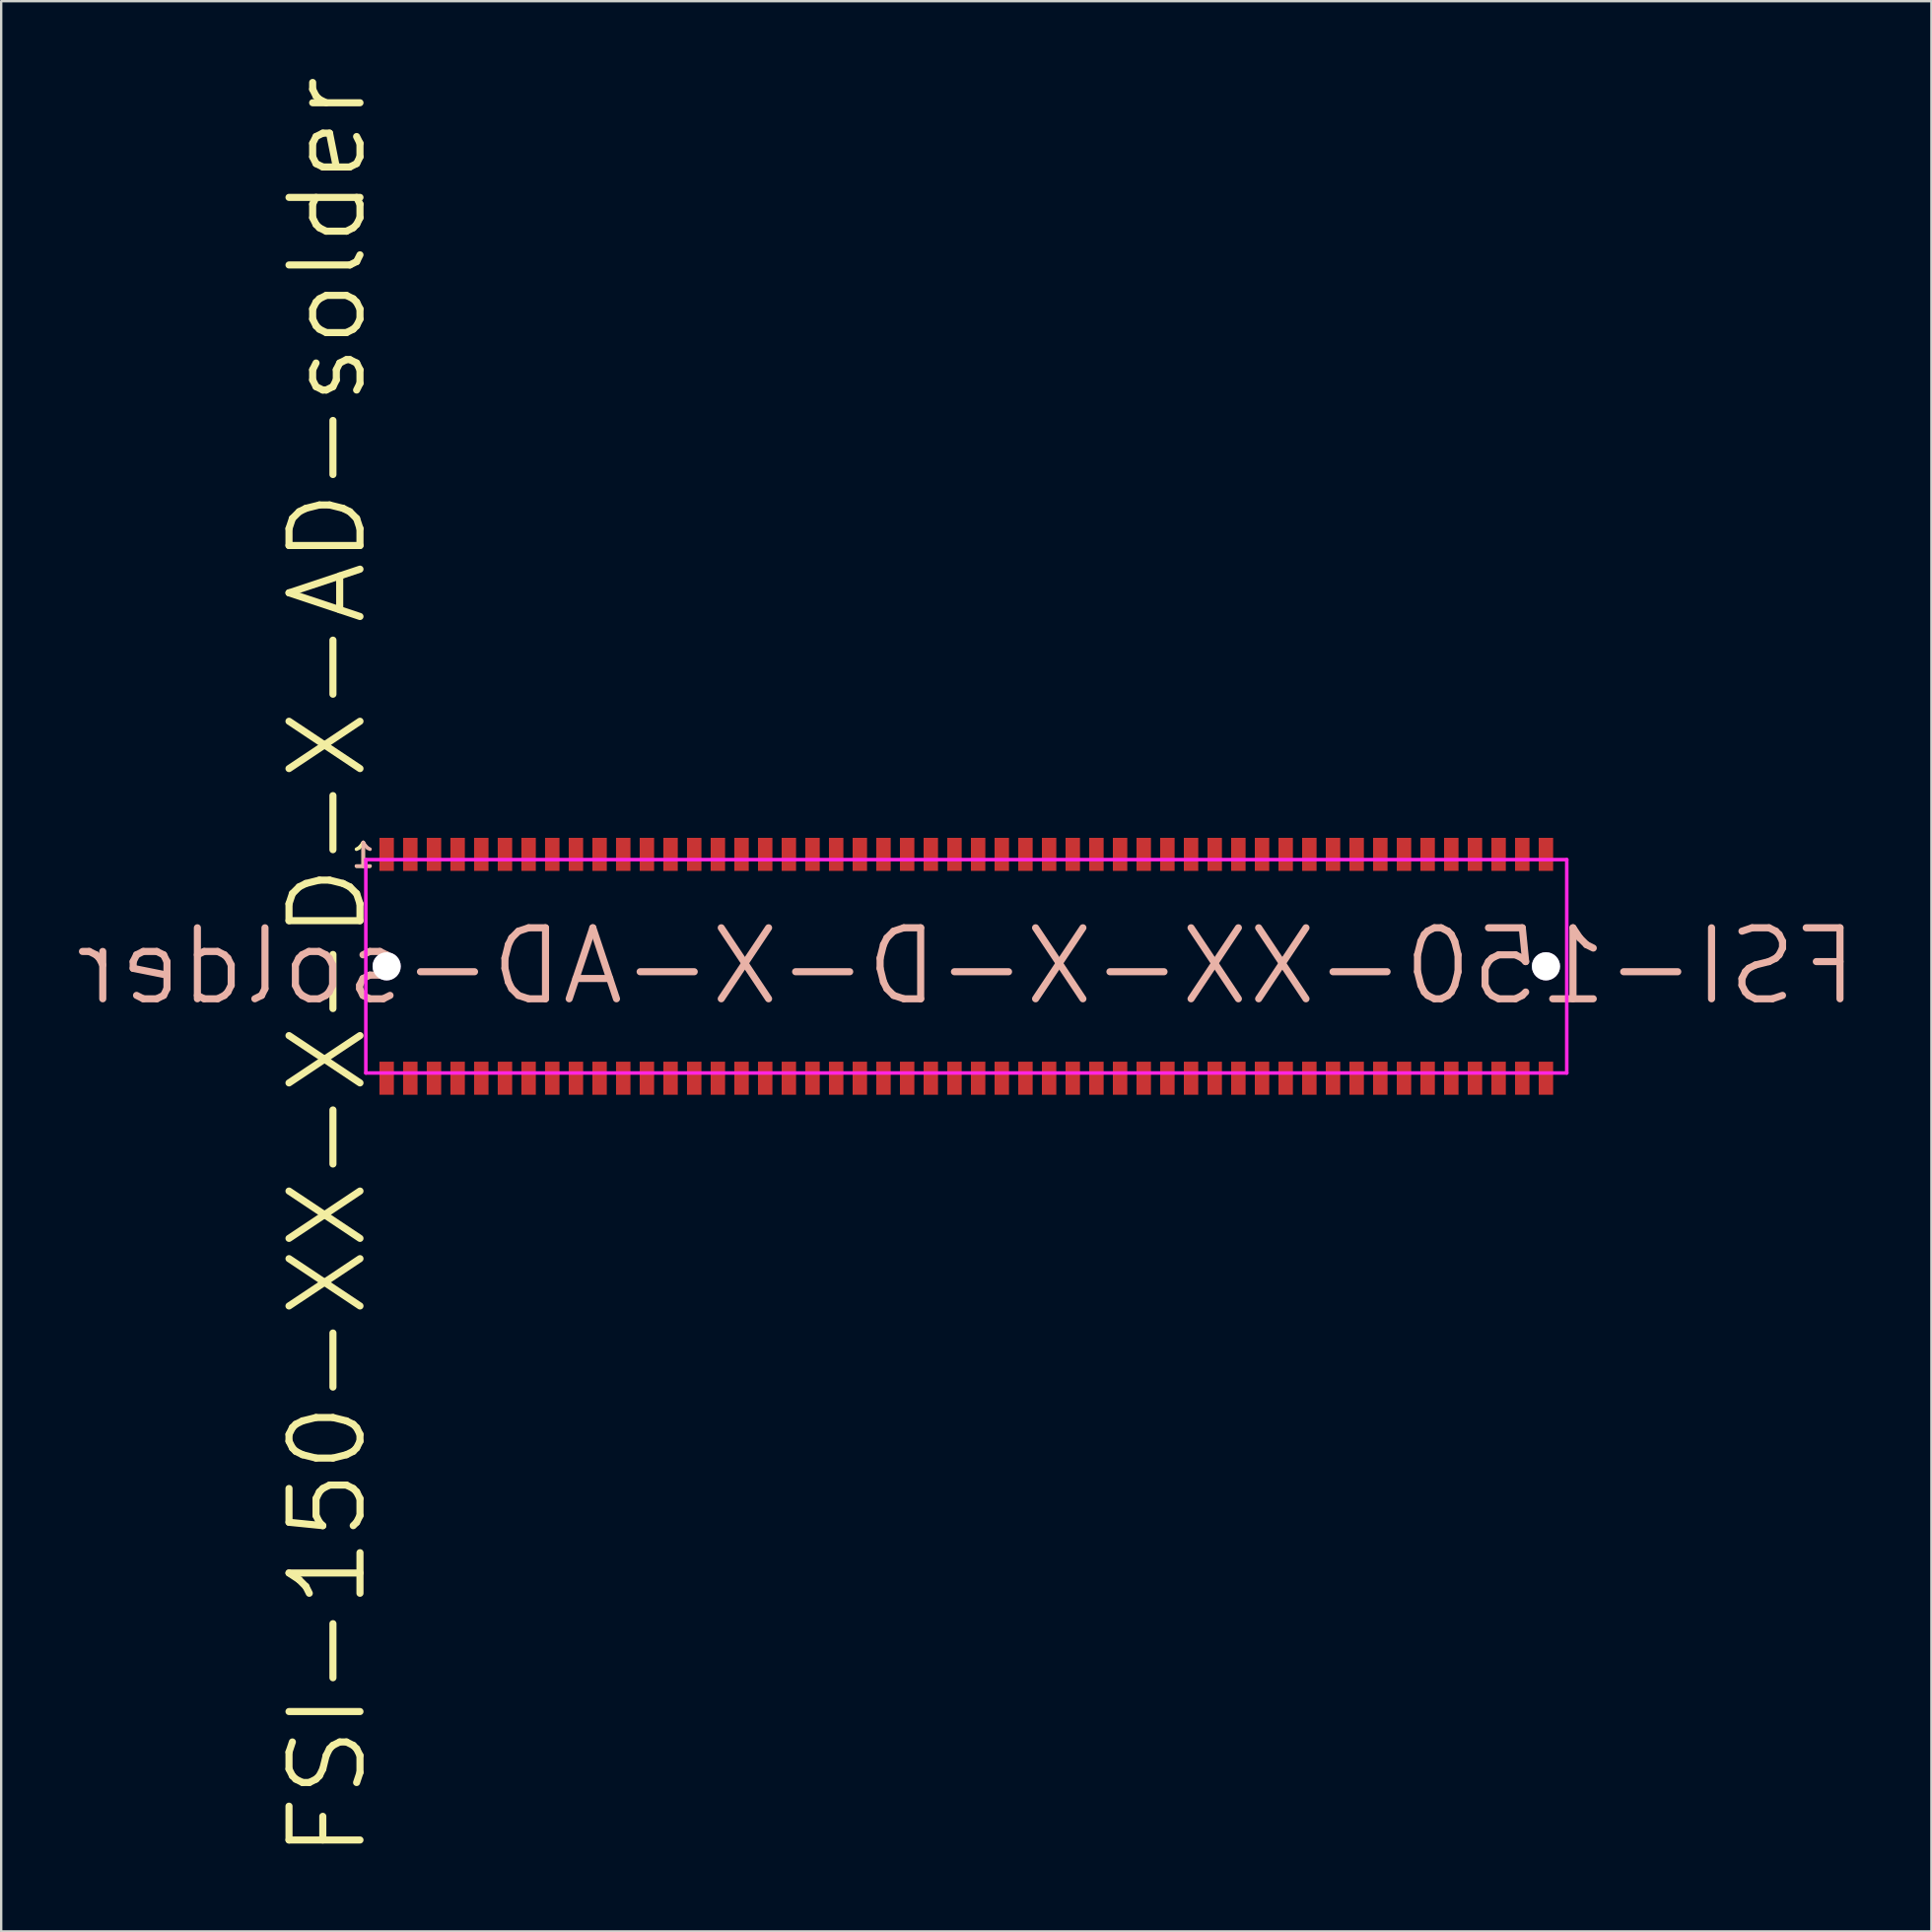
<source format=kicad_pcb>
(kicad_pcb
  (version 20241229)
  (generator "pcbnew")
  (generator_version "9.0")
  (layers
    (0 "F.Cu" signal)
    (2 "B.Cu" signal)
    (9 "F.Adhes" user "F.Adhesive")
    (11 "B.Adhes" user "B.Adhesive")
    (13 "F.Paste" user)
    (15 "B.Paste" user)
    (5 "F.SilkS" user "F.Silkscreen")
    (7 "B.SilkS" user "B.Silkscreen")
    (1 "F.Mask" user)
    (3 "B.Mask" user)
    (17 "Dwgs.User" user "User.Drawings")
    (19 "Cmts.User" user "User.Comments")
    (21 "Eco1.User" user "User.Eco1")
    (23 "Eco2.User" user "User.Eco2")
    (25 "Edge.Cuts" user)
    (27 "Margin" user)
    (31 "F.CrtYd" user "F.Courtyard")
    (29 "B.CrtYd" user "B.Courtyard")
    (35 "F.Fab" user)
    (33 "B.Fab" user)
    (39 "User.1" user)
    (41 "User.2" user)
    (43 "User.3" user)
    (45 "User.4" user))
  (footprint "FSI-150-XX-X-D-X-AD-solder"
    (layer "F.Cu")
    (at 37.793 37.793)
    (property "Reference" "FSI-150-XX-X-D-X-AD-solder" (at -27 0 90) (layer "F.SilkS") (effects (font (size 3 3) (thickness 0.3))))
    (attr smd)
    (fp_line (start -25.38 -4.51) (end 25.38 -4.51) (stroke (width 0.15) (type solid)) (layer "F.CrtYd"))
    (fp_line (start -25.38 4.51) (end -25.38 -4.51) (stroke (width 0.15) (type solid)) (layer "F.CrtYd"))
    (fp_line (start 25.38 -4.51) (end 25.38 4.51) (stroke (width 0.15) (type solid)) (layer "F.CrtYd"))
    (fp_line (start 25.38 4.51) (end -25.38 4.51) (stroke (width 0.15) (type solid)) (layer "F.CrtYd"))
    (fp_text user "1" (at -25.49 -4.69 0) (layer "F.SilkS") (effects (font (size 1 1) (thickness 0.15))))
    (fp_text user "1" (at -25.49 -4.69 0) (layer "B.SilkS") (effects (font (size 1 1) (thickness 0.15)) (justify mirror)))
    (fp_text user "${REFERENCE}" (at 0 0 0) (layer "B.SilkS") (effects (font (size 3 3) (thickness 0.3)) (justify mirror)))
    (pad "" np_thru_hole circle (at -24.5 0) (size 1.191 1.191) (drill 1.19) (layers "*.Cu" "*.Mask"))
    (pad "" np_thru_hole circle (at 24.5 0) (size 1.191 1.191) (drill 1.19) (layers "*.Cu" "*.Mask"))
    (pad "1" smd rect (at -24.5 -4.731) (size 0.61 1.397) (layers "F.Cu" "F.Mask" "F.Paste"))
    (pad "2" smd rect (at -24.5 4.731) (size 0.61 1.397) (layers "F.Cu" "F.Mask" "F.Paste"))
    (pad "3" smd rect (at -23.5 -4.731) (size 0.61 1.397) (layers "F.Cu" "F.Mask" "F.Paste"))
    (pad "4" smd rect (at -23.5 4.731) (size 0.61 1.397) (layers "F.Cu" "F.Mask" "F.Paste"))
    (pad "5" smd rect (at -22.5 -4.731) (size 0.61 1.397) (layers "F.Cu" "F.Mask" "F.Paste"))
    (pad "6" smd rect (at -22.5 4.731) (size 0.61 1.397) (layers "F.Cu" "F.Mask" "F.Paste"))
    (pad "7" smd rect (at -21.5 -4.731) (size 0.61 1.397) (layers "F.Cu" "F.Mask" "F.Paste"))
    (pad "8" smd rect (at -21.5 4.731) (size 0.61 1.397) (layers "F.Cu" "F.Mask" "F.Paste"))
    (pad "9" smd rect (at -20.5 -4.731) (size 0.61 1.397) (layers "F.Cu" "F.Mask" "F.Paste"))
    (pad "10" smd rect (at -20.5 4.731) (size 0.61 1.397) (layers "F.Cu" "F.Mask" "F.Paste"))
    (pad "11" smd rect (at -19.5 -4.731) (size 0.61 1.397) (layers "F.Cu" "F.Mask" "F.Paste"))
    (pad "12" smd rect (at -19.5 4.731) (size 0.61 1.397) (layers "F.Cu" "F.Mask" "F.Paste"))
    (pad "13" smd rect (at -18.5 -4.731) (size 0.61 1.397) (layers "F.Cu" "F.Mask" "F.Paste"))
    (pad "14" smd rect (at -18.5 4.731) (size 0.61 1.397) (layers "F.Cu" "F.Mask" "F.Paste"))
    (pad "15" smd rect (at -17.5 -4.731) (size 0.61 1.397) (layers "F.Cu" "F.Mask" "F.Paste"))
    (pad "16" smd rect (at -17.5 4.731) (size 0.61 1.397) (layers "F.Cu" "F.Mask" "F.Paste"))
    (pad "17" smd rect (at -16.5 -4.731) (size 0.61 1.397) (layers "F.Cu" "F.Mask" "F.Paste"))
    (pad "18" smd rect (at -16.5 4.731) (size 0.61 1.397) (layers "F.Cu" "F.Mask" "F.Paste"))
    (pad "19" smd rect (at -15.5 -4.731) (size 0.61 1.397) (layers "F.Cu" "F.Mask" "F.Paste"))
    (pad "20" smd rect (at -15.5 4.731) (size 0.61 1.397) (layers "F.Cu" "F.Mask" "F.Paste"))
    (pad "21" smd rect (at -14.5 -4.731) (size 0.61 1.397) (layers "F.Cu" "F.Mask" "F.Paste"))
    (pad "22" smd rect (at -14.5 4.731) (size 0.61 1.397) (layers "F.Cu" "F.Mask" "F.Paste"))
    (pad "23" smd rect (at -13.5 -4.731) (size 0.61 1.397) (layers "F.Cu" "F.Mask" "F.Paste"))
    (pad "24" smd rect (at -13.5 4.731) (size 0.61 1.397) (layers "F.Cu" "F.Mask" "F.Paste"))
    (pad "25" smd rect (at -12.5 -4.731) (size 0.61 1.397) (layers "F.Cu" "F.Mask" "F.Paste"))
    (pad "26" smd rect (at -12.5 4.731) (size 0.61 1.397) (layers "F.Cu" "F.Mask" "F.Paste"))
    (pad "27" smd rect (at -11.5 -4.731) (size 0.61 1.397) (layers "F.Cu" "F.Mask" "F.Paste"))
    (pad "28" smd rect (at -11.5 4.731) (size 0.61 1.397) (layers "F.Cu" "F.Mask" "F.Paste"))
    (pad "29" smd rect (at -10.5 -4.731) (size 0.61 1.397) (layers "F.Cu" "F.Mask" "F.Paste"))
    (pad "30" smd rect (at -10.5 4.731) (size 0.61 1.397) (layers "F.Cu" "F.Mask" "F.Paste"))
    (pad "31" smd rect (at -9.5 -4.731) (size 0.61 1.397) (layers "F.Cu" "F.Mask" "F.Paste"))
    (pad "32" smd rect (at -9.5 4.731) (size 0.61 1.397) (layers "F.Cu" "F.Mask" "F.Paste"))
    (pad "33" smd rect (at -8.5 -4.731) (size 0.61 1.397) (layers "F.Cu" "F.Mask" "F.Paste"))
    (pad "34" smd rect (at -8.5 4.731) (size 0.61 1.397) (layers "F.Cu" "F.Mask" "F.Paste"))
    (pad "35" smd rect (at -7.5 -4.731) (size 0.61 1.397) (layers "F.Cu" "F.Mask" "F.Paste"))
    (pad "36" smd rect (at -7.5 4.731) (size 0.61 1.397) (layers "F.Cu" "F.Mask" "F.Paste"))
    (pad "37" smd rect (at -6.5 -4.731) (size 0.61 1.397) (layers "F.Cu" "F.Mask" "F.Paste"))
    (pad "38" smd rect (at -6.5 4.731) (size 0.61 1.397) (layers "F.Cu" "F.Mask" "F.Paste"))
    (pad "39" smd rect (at -5.5 -4.731) (size 0.61 1.397) (layers "F.Cu" "F.Mask" "F.Paste"))
    (pad "40" smd rect (at -5.5 4.731) (size 0.61 1.397) (layers "F.Cu" "F.Mask" "F.Paste"))
    (pad "41" smd rect (at -4.5 -4.731) (size 0.61 1.397) (layers "F.Cu" "F.Mask" "F.Paste"))
    (pad "42" smd rect (at -4.5 4.731) (size 0.61 1.397) (layers "F.Cu" "F.Mask" "F.Paste"))
    (pad "43" smd rect (at -3.5 -4.731) (size 0.61 1.397) (layers "F.Cu" "F.Mask" "F.Paste"))
    (pad "44" smd rect (at -3.5 4.731) (size 0.61 1.397) (layers "F.Cu" "F.Mask" "F.Paste"))
    (pad "45" smd rect (at -2.5 -4.731) (size 0.61 1.397) (layers "F.Cu" "F.Mask" "F.Paste"))
    (pad "46" smd rect (at -2.5 4.731) (size 0.61 1.397) (layers "F.Cu" "F.Mask" "F.Paste"))
    (pad "47" smd rect (at -1.5 -4.731) (size 0.61 1.397) (layers "F.Cu" "F.Mask" "F.Paste"))
    (pad "48" smd rect (at -1.5 4.731) (size 0.61 1.397) (layers "F.Cu" "F.Mask" "F.Paste"))
    (pad "49" smd rect (at -0.5 -4.731) (size 0.61 1.397) (layers "F.Cu" "F.Mask" "F.Paste"))
    (pad "50" smd rect (at -0.5 4.731) (size 0.61 1.397) (layers "F.Cu" "F.Mask" "F.Paste"))
    (pad "51" smd rect (at 0.5 -4.731) (size 0.61 1.397) (layers "F.Cu" "F.Mask" "F.Paste"))
    (pad "52" smd rect (at 0.5 4.731) (size 0.61 1.397) (layers "F.Cu" "F.Mask" "F.Paste"))
    (pad "53" smd rect (at 1.5 -4.731) (size 0.61 1.397) (layers "F.Cu" "F.Mask" "F.Paste"))
    (pad "54" smd rect (at 1.5 4.731) (size 0.61 1.397) (layers "F.Cu" "F.Mask" "F.Paste"))
    (pad "55" smd rect (at 2.5 -4.731) (size 0.61 1.397) (layers "F.Cu" "F.Mask" "F.Paste"))
    (pad "56" smd rect (at 2.5 4.731) (size 0.61 1.397) (layers "F.Cu" "F.Mask" "F.Paste"))
    (pad "57" smd rect (at 3.5 -4.731) (size 0.61 1.397) (layers "F.Cu" "F.Mask" "F.Paste"))
    (pad "58" smd rect (at 3.5 4.731) (size 0.61 1.397) (layers "F.Cu" "F.Mask" "F.Paste"))
    (pad "59" smd rect (at 4.5 -4.731) (size 0.61 1.397) (layers "F.Cu" "F.Mask" "F.Paste"))
    (pad "60" smd rect (at 4.5 4.731) (size 0.61 1.397) (layers "F.Cu" "F.Mask" "F.Paste"))
    (pad "61" smd rect (at 5.5 -4.731) (size 0.61 1.397) (layers "F.Cu" "F.Mask" "F.Paste"))
    (pad "62" smd rect (at 5.5 4.731) (size 0.61 1.397) (layers "F.Cu" "F.Mask" "F.Paste"))
    (pad "63" smd rect (at 6.5 -4.731) (size 0.61 1.397) (layers "F.Cu" "F.Mask" "F.Paste"))
    (pad "64" smd rect (at 6.5 4.731) (size 0.61 1.397) (layers "F.Cu" "F.Mask" "F.Paste"))
    (pad "65" smd rect (at 7.5 -4.731) (size 0.61 1.397) (layers "F.Cu" "F.Mask" "F.Paste"))
    (pad "66" smd rect (at 7.5 4.731) (size 0.61 1.397) (layers "F.Cu" "F.Mask" "F.Paste"))
    (pad "67" smd rect (at 8.5 -4.731) (size 0.61 1.397) (layers "F.Cu" "F.Mask" "F.Paste"))
    (pad "68" smd rect (at 8.5 4.731) (size 0.61 1.397) (layers "F.Cu" "F.Mask" "F.Paste"))
    (pad "69" smd rect (at 9.5 -4.731) (size 0.61 1.397) (layers "F.Cu" "F.Mask" "F.Paste"))
    (pad "70" smd rect (at 9.5 4.731) (size 0.61 1.397) (layers "F.Cu" "F.Mask" "F.Paste"))
    (pad "71" smd rect (at 10.5 -4.731) (size 0.61 1.397) (layers "F.Cu" "F.Mask" "F.Paste"))
    (pad "72" smd rect (at 10.5 4.731) (size 0.61 1.397) (layers "F.Cu" "F.Mask" "F.Paste"))
    (pad "73" smd rect (at 11.5 -4.731) (size 0.61 1.397) (layers "F.Cu" "F.Mask" "F.Paste"))
    (pad "74" smd rect (at 11.5 4.731) (size 0.61 1.397) (layers "F.Cu" "F.Mask" "F.Paste"))
    (pad "75" smd rect (at 12.5 -4.731) (size 0.61 1.397) (layers "F.Cu" "F.Mask" "F.Paste"))
    (pad "76" smd rect (at 12.5 4.731) (size 0.61 1.397) (layers "F.Cu" "F.Mask" "F.Paste"))
    (pad "77" smd rect (at 13.5 -4.731) (size 0.61 1.397) (layers "F.Cu" "F.Mask" "F.Paste"))
    (pad "78" smd rect (at 13.5 4.731) (size 0.61 1.397) (layers "F.Cu" "F.Mask" "F.Paste"))
    (pad "79" smd rect (at 14.5 -4.731) (size 0.61 1.397) (layers "F.Cu" "F.Mask" "F.Paste"))
    (pad "80" smd rect (at 14.5 4.731) (size 0.61 1.397) (layers "F.Cu" "F.Mask" "F.Paste"))
    (pad "81" smd rect (at 15.5 -4.731) (size 0.61 1.397) (layers "F.Cu" "F.Mask" "F.Paste"))
    (pad "82" smd rect (at 15.5 4.731) (size 0.61 1.397) (layers "F.Cu" "F.Mask" "F.Paste"))
    (pad "83" smd rect (at 16.5 -4.731) (size 0.61 1.397) (layers "F.Cu" "F.Mask" "F.Paste"))
    (pad "84" smd rect (at 16.5 4.731) (size 0.61 1.397) (layers "F.Cu" "F.Mask" "F.Paste"))
    (pad "85" smd rect (at 17.5 -4.731) (size 0.61 1.397) (layers "F.Cu" "F.Mask" "F.Paste"))
    (pad "86" smd rect (at 17.5 4.731) (size 0.61 1.397) (layers "F.Cu" "F.Mask" "F.Paste"))
    (pad "87" smd rect (at 18.5 -4.731) (size 0.61 1.397) (layers "F.Cu" "F.Mask" "F.Paste"))
    (pad "88" smd rect (at 18.5 4.731) (size 0.61 1.397) (layers "F.Cu" "F.Mask" "F.Paste"))
    (pad "89" smd rect (at 19.5 -4.731) (size 0.61 1.397) (layers "F.Cu" "F.Mask" "F.Paste"))
    (pad "90" smd rect (at 19.5 4.731) (size 0.61 1.397) (layers "F.Cu" "F.Mask" "F.Paste"))
    (pad "91" smd rect (at 20.5 -4.731) (size 0.61 1.397) (layers "F.Cu" "F.Mask" "F.Paste"))
    (pad "92" smd rect (at 20.5 4.731) (size 0.61 1.397) (layers "F.Cu" "F.Mask" "F.Paste"))
    (pad "93" smd rect (at 21.5 -4.731) (size 0.61 1.397) (layers "F.Cu" "F.Mask" "F.Paste"))
    (pad "94" smd rect (at 21.5 4.731) (size 0.61 1.397) (layers "F.Cu" "F.Mask" "F.Paste"))
    (pad "95" smd rect (at 22.5 -4.731) (size 0.61 1.397) (layers "F.Cu" "F.Mask" "F.Paste"))
    (pad "96" smd rect (at 22.5 4.731) (size 0.61 1.397) (layers "F.Cu" "F.Mask" "F.Paste"))
    (pad "97" smd rect (at 23.5 -4.731) (size 0.61 1.397) (layers "F.Cu" "F.Mask" "F.Paste"))
    (pad "98" smd rect (at 23.5 4.731) (size 0.61 1.397) (layers "F.Cu" "F.Mask" "F.Paste"))
    (pad "99" smd rect (at 24.5 -4.731) (size 0.61 1.397) (layers "F.Cu" "F.Mask" "F.Paste"))
    (pad "100" smd rect (at 24.5 4.731) (size 0.61 1.397) (layers "F.Cu" "F.Mask" "F.Paste")))
  (gr_rect
    (start -3 -3)
    (end 78.586 78.586)
    (stroke (width 0.1) (type default))
    (fill no)
    (layer "Edge.Cuts")))
</source>
